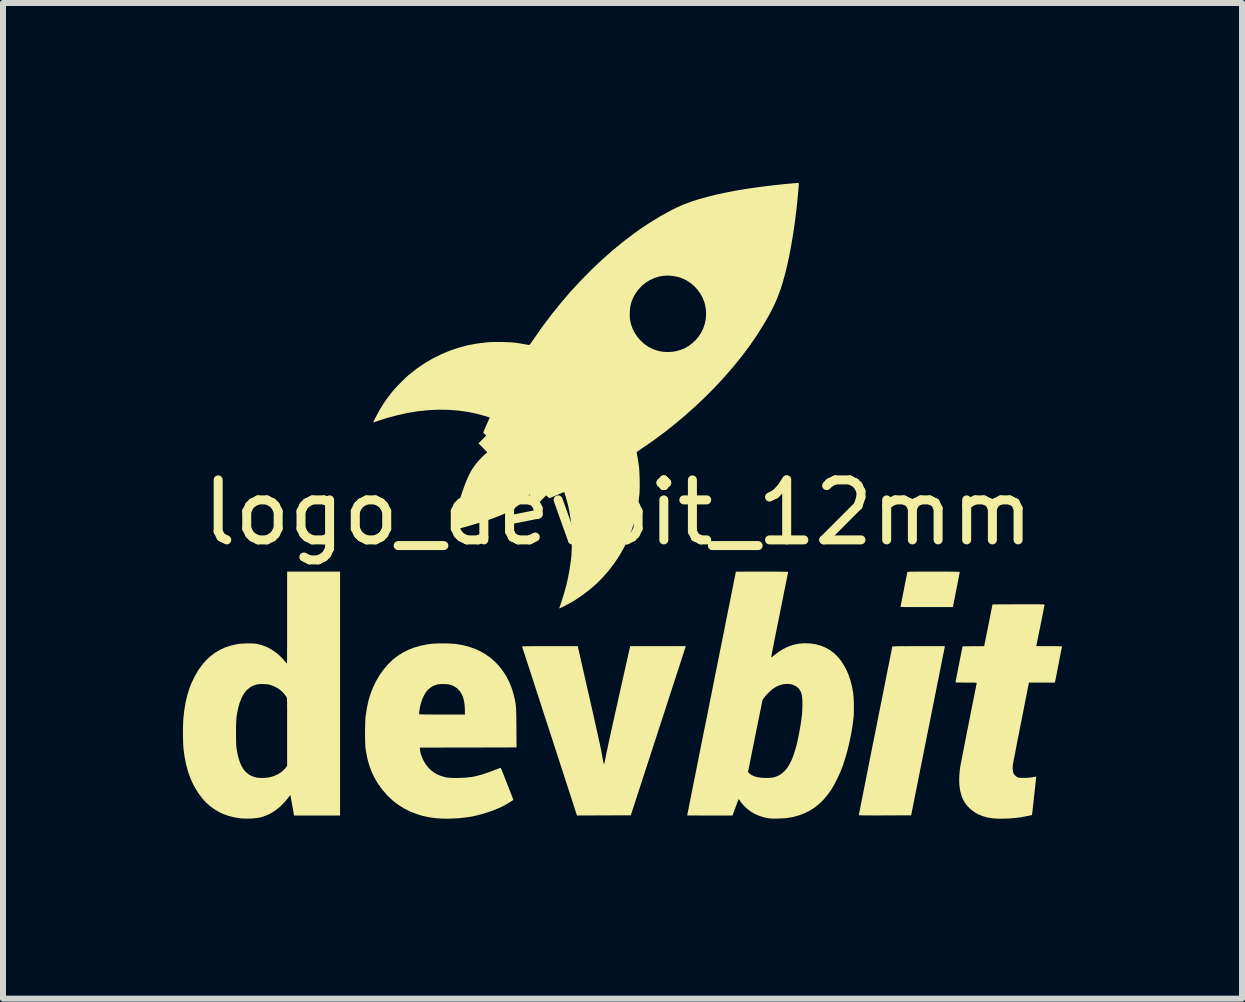
<source format=kicad_pcb>
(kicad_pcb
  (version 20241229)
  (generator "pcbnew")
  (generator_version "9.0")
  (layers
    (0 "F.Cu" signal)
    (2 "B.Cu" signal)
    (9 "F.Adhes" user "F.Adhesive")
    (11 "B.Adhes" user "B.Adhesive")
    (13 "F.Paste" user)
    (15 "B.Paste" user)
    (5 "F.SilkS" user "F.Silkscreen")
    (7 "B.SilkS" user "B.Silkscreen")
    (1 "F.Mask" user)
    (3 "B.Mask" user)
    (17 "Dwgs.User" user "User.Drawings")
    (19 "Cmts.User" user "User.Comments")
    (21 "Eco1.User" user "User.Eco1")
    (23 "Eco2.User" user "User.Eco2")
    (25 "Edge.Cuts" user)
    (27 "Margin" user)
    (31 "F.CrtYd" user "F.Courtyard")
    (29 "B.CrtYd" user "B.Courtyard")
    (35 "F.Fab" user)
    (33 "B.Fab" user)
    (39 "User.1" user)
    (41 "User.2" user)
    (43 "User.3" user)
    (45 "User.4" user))
  (footprint "logo_devbit_12mm"
    (layer "F.Cu")
    (at 7.253 5.994)
    (property "Reference" "logo_devbit_12mm" (at 0 -0.5 0) (unlocked yes) (layer "F.SilkS") (effects (font (size 1 1) (thickness 0.15))))
    (fp_poly (pts (xy 5.34 0.484) (xy 5.412 0.484) (xy 5.474 0.484) (xy 5.526 0.484) (xy 5.571 0.485) (xy 5.607 0.485) (xy 5.636 0.486) (xy 5.659 0.487) (xy 5.675 0.487) (xy 5.686 0.488) (xy 5.692 0.489) (xy 5.694 0.491) (xy 5.693 0.497) (xy 5.69 0.513) (xy 5.685 0.538) (xy 5.679 0.57) (xy 5.672 0.608) (xy 5.663 0.653) (xy 5.654 0.702) (xy 5.643 0.755) (xy 5.637 0.786) (xy 5.58 1.075) (xy 5.142 1.075) (xy 5.063 1.075) (xy 4.994 1.075) (xy 4.935 1.075) (xy 4.884 1.075) (xy 4.841 1.075) (xy 4.806 1.075) (xy 4.777 1.074) (xy 4.755 1.074) (xy 4.737 1.073) (xy 4.725 1.072) (xy 4.716 1.071) (xy 4.71 1.07) (xy 4.708 1.069) (xy 4.707 1.067) (xy 4.707 1.066) (xy 4.708 1.059) (xy 4.712 1.042) (xy 4.717 1.017) (xy 4.723 0.985) (xy 4.731 0.946) (xy 4.74 0.902) (xy 4.749 0.853) (xy 4.76 0.8) (xy 4.764 0.78) (xy 4.774 0.726) (xy 4.784 0.676) (xy 4.793 0.63) (xy 4.802 0.589) (xy 4.809 0.553) (xy 4.814 0.525) (xy 4.818 0.506) (xy 4.821 0.495) (xy 4.821 0.493) (xy 4.822 0.492) (xy 4.824 0.49) (xy 4.829 0.489) (xy 4.836 0.488) (xy 4.846 0.487) (xy 4.861 0.486) (xy 4.88 0.485) (xy 4.905 0.485) (xy 4.936 0.485) (xy 4.973 0.484) (xy 5.019 0.484) (xy 5.072 0.484) (xy 5.135 0.484) (xy 5.207 0.484) (xy 5.259 0.484)) (stroke (width 0) (type solid)) (fill yes) (layer "F.SilkS"))
    (fp_poly (pts (xy 5.444 1.741) (xy 5.442 1.747) (xy 5.439 1.764) (xy 5.434 1.79) (xy 5.427 1.826) (xy 5.418 1.87) (xy 5.407 1.922) (xy 5.395 1.983) (xy 5.382 2.051) (xy 5.367 2.126) (xy 5.351 2.208) (xy 5.333 2.295) (xy 5.314 2.389) (xy 5.295 2.487) (xy 5.274 2.591) (xy 5.253 2.699) (xy 5.23 2.811) (xy 5.207 2.926) (xy 5.184 3.045) (xy 5.162 3.151) (xy 4.884 4.546) (xy 4.448 4.547) (xy 4.372 4.548) (xy 4.301 4.548) (xy 4.237 4.548) (xy 4.18 4.547) (xy 4.13 4.547) (xy 4.088 4.547) (xy 4.055 4.546) (xy 4.03 4.545) (xy 4.016 4.545) (xy 4.011 4.544) (xy 4.012 4.538) (xy 4.015 4.523) (xy 4.02 4.497) (xy 4.027 4.463) (xy 4.036 4.419) (xy 4.046 4.367) (xy 4.058 4.307) (xy 4.071 4.24) (xy 4.086 4.166) (xy 4.102 4.085) (xy 4.119 3.998) (xy 4.138 3.905) (xy 4.157 3.807) (xy 4.178 3.703) (xy 4.199 3.596) (xy 4.221 3.484) (xy 4.244 3.369) (xy 4.268 3.251) (xy 4.291 3.137) (xy 4.315 3.016) (xy 4.338 2.898) (xy 4.361 2.783) (xy 4.383 2.672) (xy 4.405 2.564) (xy 4.425 2.462) (xy 4.445 2.364) (xy 4.463 2.271) (xy 4.48 2.184) (xy 4.496 2.104) (xy 4.511 2.03) (xy 4.524 1.963) (xy 4.536 1.904) (xy 4.546 1.852) (xy 4.555 1.81) (xy 4.562 1.775) (xy 4.566 1.751) (xy 4.569 1.736) (xy 4.57 1.731) (xy 4.576 1.73) (xy 4.591 1.729) (xy 4.615 1.729) (xy 4.648 1.728) (xy 4.689 1.727) (xy 4.736 1.727) (xy 4.79 1.727) (xy 4.848 1.726) (xy 4.912 1.726) (xy 4.979 1.726) (xy 5.008 1.726) (xy 5.446 1.726)) (stroke (width 0) (type solid)) (fill yes) (layer "F.SilkS"))
    (fp_poly (pts (xy -0.667 1.751) (xy -0.666 1.76) (xy -0.662 1.778) (xy -0.655 1.805) (xy -0.647 1.841) (xy -0.637 1.885) (xy -0.625 1.937) (xy -0.612 1.995) (xy -0.597 2.06) (xy -0.581 2.13) (xy -0.564 2.206) (xy -0.546 2.286) (xy -0.527 2.37) (xy -0.507 2.458) (xy -0.486 2.548) (xy -0.481 2.57) (xy -0.452 2.698) (xy -0.425 2.817) (xy -0.401 2.925) (xy -0.379 3.024) (xy -0.359 3.113) (xy -0.341 3.194) (xy -0.325 3.266) (xy -0.311 3.33) (xy -0.299 3.385) (xy -0.289 3.434) (xy -0.281 3.474) (xy -0.275 3.508) (xy -0.272 3.523) (xy -0.265 3.563) (xy -0.258 3.6) (xy -0.252 3.632) (xy -0.247 3.658) (xy -0.243 3.676) (xy -0.241 3.686) (xy -0.24 3.687) (xy -0.237 3.688) (xy -0.234 3.686) (xy -0.231 3.68) (xy -0.227 3.667) (xy -0.222 3.649) (xy -0.217 3.622) (xy -0.21 3.587) (xy -0.201 3.543) (xy -0.2 3.535) (xy -0.196 3.513) (xy -0.189 3.482) (xy -0.18 3.441) (xy -0.17 3.392) (xy -0.158 3.335) (xy -0.144 3.271) (xy -0.128 3.201) (xy -0.112 3.125) (xy -0.094 3.045) (xy -0.075 2.96) (xy -0.056 2.871) (xy -0.035 2.78) (xy -0.014 2.686) (xy 0.007 2.591) (xy 0.014 2.558) (xy 0.201 1.726) (xy 1.128 1.726) (xy 1.096 1.824) (xy 1.092 1.838) (xy 1.084 1.861) (xy 1.073 1.894) (xy 1.06 1.936) (xy 1.044 1.986) (xy 1.025 2.044) (xy 1.004 2.109) (xy 0.98 2.181) (xy 0.955 2.26) (xy 0.927 2.345) (xy 0.898 2.435) (xy 0.867 2.53) (xy 0.834 2.63) (xy 0.801 2.734) (xy 0.766 2.841) (xy 0.73 2.952) (xy 0.693 3.065) (xy 0.655 3.181) (xy 0.638 3.234) (xy 0.211 4.546) (xy -0.237 4.547) (xy -0.686 4.549) (xy -1.142 3.144) (xy -1.181 3.025) (xy -1.219 2.908) (xy -1.256 2.795) (xy -1.291 2.685) (xy -1.326 2.578) (xy -1.359 2.477) (xy -1.391 2.379) (xy -1.42 2.287) (xy -1.449 2.201) (xy -1.475 2.12) (xy -1.499 2.046) (xy -1.521 1.979) (xy -1.54 1.919) (xy -1.557 1.866) (xy -1.572 1.822) (xy -1.584 1.786) (xy -1.592 1.759) (xy -1.598 1.741) (xy -1.601 1.733) (xy -1.601 1.733) (xy -1.599 1.731) (xy -1.594 1.73) (xy -1.583 1.729) (xy -1.567 1.729) (xy -1.544 1.728) (xy -1.515 1.727) (xy -1.479 1.727) (xy -1.436 1.727) (xy -1.384 1.726) (xy -1.323 1.726) (xy -1.253 1.726) (xy -1.172 1.726) (xy -1.138 1.726) (xy -0.673 1.726)) (stroke (width 0) (type solid)) (fill yes) (layer "F.SilkS"))
    (fp_poly (pts (xy -4.635 4.549) (xy -5.402 4.549) (xy -5.422 4.435) (xy -5.429 4.396) (xy -5.436 4.357) (xy -5.443 4.321) (xy -5.448 4.289) (xy -5.453 4.264) (xy -5.453 4.263) (xy -5.464 4.205) (xy -5.495 4.248) (xy -5.559 4.326) (xy -5.626 4.394) (xy -5.697 4.453) (xy -5.771 4.502) (xy -5.825 4.53) (xy -5.878 4.553) (xy -5.928 4.571) (xy -5.978 4.584) (xy -6.032 4.592) (xy -6.091 4.598) (xy -6.146 4.6) (xy -6.181 4.6) (xy -6.217 4.6) (xy -6.249 4.599) (xy -6.276 4.598) (xy -6.291 4.597) (xy -6.392 4.581) (xy -6.488 4.557) (xy -6.579 4.525) (xy -6.638 4.498) (xy -6.72 4.451) (xy -6.797 4.396) (xy -6.869 4.332) (xy -6.935 4.259) (xy -6.996 4.178) (xy -7.052 4.087) (xy -7.087 4.022) (xy -7.132 3.921) (xy -7.17 3.813) (xy -7.201 3.699) (xy -7.225 3.578) (xy -7.243 3.449) (xy -7.248 3.391) (xy -7.25 3.358) (xy -7.251 3.317) (xy -7.252 3.27) (xy -7.253 3.218) (xy -7.253 3.201) (xy -6.369 3.201) (xy -6.369 3.253) (xy -6.368 3.302) (xy -6.367 3.346) (xy -6.365 3.383) (xy -6.362 3.411) (xy -6.362 3.417) (xy -6.347 3.508) (xy -6.328 3.588) (xy -6.305 3.66) (xy -6.278 3.722) (xy -6.246 3.776) (xy -6.209 3.82) (xy -6.167 3.857) (xy -6.12 3.885) (xy -6.068 3.906) (xy -6.023 3.917) (xy -5.992 3.921) (xy -5.954 3.923) (xy -5.912 3.923) (xy -5.87 3.92) (xy -5.832 3.916) (xy -5.81 3.912) (xy -5.742 3.893) (xy -5.68 3.866) (xy -5.624 3.832) (xy -5.576 3.792) (xy -5.541 3.752) (xy -5.517 3.72) (xy -5.517 3.155) (xy -5.517 3.065) (xy -5.517 2.984) (xy -5.517 2.914) (xy -5.517 2.852) (xy -5.517 2.798) (xy -5.517 2.752) (xy -5.518 2.713) (xy -5.518 2.68) (xy -5.518 2.653) (xy -5.519 2.632) (xy -5.52 2.615) (xy -5.521 2.602) (xy -5.521 2.592) (xy -5.523 2.585) (xy -5.524 2.581) (xy -5.525 2.577) (xy -5.526 2.577) (xy -5.545 2.549) (xy -5.57 2.518) (xy -5.597 2.488) (xy -5.624 2.464) (xy -5.629 2.459) (xy -5.665 2.433) (xy -5.708 2.409) (xy -5.754 2.388) (xy -5.799 2.372) (xy -5.804 2.37) (xy -5.837 2.364) (xy -5.875 2.36) (xy -5.917 2.358) (xy -5.958 2.358) (xy -5.996 2.361) (xy -6.028 2.366) (xy -6.033 2.367) (xy -6.086 2.386) (xy -6.135 2.413) (xy -6.178 2.447) (xy -6.217 2.49) (xy -6.252 2.542) (xy -6.282 2.602) (xy -6.309 2.671) (xy -6.331 2.75) (xy -6.35 2.839) (xy -6.359 2.895) (xy -6.362 2.921) (xy -6.364 2.955) (xy -6.366 2.997) (xy -6.368 3.044) (xy -6.369 3.095) (xy -6.369 3.148) (xy -6.369 3.201) (xy -7.253 3.201) (xy -7.253 3.165) (xy -7.253 3.111) (xy -7.252 3.06) (xy -7.251 3.013) (xy -7.249 2.973) (xy -7.248 2.946) (xy -7.233 2.807) (xy -7.212 2.675) (xy -7.183 2.55) (xy -7.147 2.432) (xy -7.138 2.405) (xy -7.121 2.364) (xy -7.1 2.318) (xy -7.077 2.269) (xy -7.052 2.22) (xy -7.026 2.174) (xy -7.003 2.134) (xy -6.993 2.119) (xy -6.93 2.033) (xy -6.864 1.957) (xy -6.792 1.891) (xy -6.716 1.834) (xy -6.635 1.786) (xy -6.548 1.747) (xy -6.454 1.716) (xy -6.355 1.694) (xy -6.352 1.693) (xy -6.316 1.688) (xy -6.273 1.684) (xy -6.227 1.682) (xy -6.178 1.68) (xy -6.131 1.68) (xy -6.087 1.681) (xy -6.049 1.684) (xy -6.022 1.688) (xy -5.943 1.707) (xy -5.864 1.737) (xy -5.788 1.776) (xy -5.716 1.823) (xy -5.648 1.879) (xy -5.586 1.941) (xy -5.56 1.972) (xy -5.545 1.99) (xy -5.532 2.005) (xy -5.524 2.014) (xy -5.521 2.016) (xy -5.52 2.011) (xy -5.52 1.995) (xy -5.519 1.97) (xy -5.519 1.937) (xy -5.518 1.894) (xy -5.518 1.844) (xy -5.518 1.787) (xy -5.517 1.724) (xy -5.517 1.654) (xy -5.517 1.579) (xy -5.517 1.5) (xy -5.517 1.416) (xy -5.517 1.328) (xy -5.517 1.25) (xy -5.517 0.484) (xy -4.635 0.484)) (stroke (width 0) (type solid)) (fill yes) (layer "F.SilkS"))
    (fp_poly (pts (xy -2.881 1.68) (xy -2.823 1.682) (xy -2.769 1.685) (xy -2.721 1.688) (xy -2.683 1.693) (xy -2.575 1.713) (xy -2.474 1.74) (xy -2.38 1.773) (xy -2.293 1.814) (xy -2.221 1.855) (xy -2.137 1.913) (xy -2.059 1.98) (xy -1.987 2.055) (xy -1.923 2.137) (xy -1.865 2.226) (xy -1.816 2.322) (xy -1.775 2.422) (xy -1.742 2.528) (xy -1.737 2.551) (xy -1.729 2.584) (xy -1.722 2.613) (xy -1.717 2.64) (xy -1.712 2.667) (xy -1.708 2.694) (xy -1.705 2.722) (xy -1.702 2.753) (xy -1.7 2.787) (xy -1.699 2.826) (xy -1.698 2.871) (xy -1.697 2.922) (xy -1.696 2.982) (xy -1.695 3.05) (xy -1.695 3.09) (xy -1.693 3.414) (xy -2.498 3.416) (xy -3.304 3.417) (xy -3.303 3.447) (xy -3.298 3.485) (xy -3.287 3.529) (xy -3.27 3.575) (xy -3.249 3.623) (xy -3.224 3.668) (xy -3.197 3.71) (xy -3.184 3.726) (xy -3.135 3.78) (xy -3.08 3.825) (xy -3.019 3.862) (xy -2.952 3.89) (xy -2.877 3.911) (xy -2.877 3.911) (xy -2.842 3.917) (xy -2.798 3.921) (xy -2.747 3.923) (xy -2.692 3.924) (xy -2.634 3.922) (xy -2.575 3.92) (xy -2.516 3.915) (xy -2.461 3.909) (xy -2.438 3.906) (xy -2.377 3.895) (xy -2.309 3.877) (xy -2.233 3.854) (xy -2.149 3.825) (xy -2.056 3.79) (xy -2.042 3.785) (xy -2.014 3.774) (xy -1.991 3.765) (xy -1.972 3.758) (xy -1.961 3.754) (xy -1.958 3.753) (xy -1.955 3.758) (xy -1.949 3.772) (xy -1.94 3.794) (xy -1.928 3.823) (xy -1.913 3.859) (xy -1.897 3.9) (xy -1.879 3.946) (xy -1.859 3.996) (xy -1.85 4.02) (xy -1.746 4.287) (xy -1.759 4.297) (xy -1.773 4.307) (xy -1.793 4.32) (xy -1.819 4.336) (xy -1.848 4.353) (xy -1.877 4.369) (xy -1.904 4.385) (xy -1.927 4.397) (xy -1.929 4.398) (xy -2.004 4.432) (xy -2.087 4.466) (xy -2.175 4.496) (xy -2.265 4.524) (xy -2.354 4.547) (xy -2.44 4.566) (xy -2.446 4.567) (xy -2.542 4.582) (xy -2.643 4.593) (xy -2.746 4.599) (xy -2.848 4.602) (xy -2.945 4.6) (xy -3.011 4.596) (xy -3.133 4.581) (xy -3.251 4.557) (xy -3.363 4.524) (xy -3.47 4.481) (xy -3.572 4.429) (xy -3.667 4.369) (xy -3.757 4.3) (xy -3.84 4.222) (xy -3.917 4.135) (xy -3.949 4.095) (xy -4.011 4.006) (xy -4.064 3.914) (xy -4.109 3.82) (xy -4.146 3.72) (xy -4.176 3.615) (xy -4.199 3.503) (xy -4.208 3.447) (xy -4.212 3.417) (xy -4.214 3.378) (xy -4.216 3.332) (xy -4.218 3.281) (xy -4.218 3.225) (xy -4.219 3.168) (xy -4.218 3.111) (xy -4.217 3.055) (xy -4.216 3.003) (xy -4.214 2.956) (xy -4.211 2.915) (xy -4.208 2.887) (xy -4.201 2.842) (xy -3.317 2.842) (xy -3.316 2.856) (xy -3.315 2.86) (xy -3.311 2.861) (xy -3.298 2.862) (xy -3.278 2.863) (xy -3.249 2.864) (xy -3.211 2.865) (xy -3.164 2.865) (xy -3.108 2.865) (xy -3.041 2.866) (xy -2.965 2.866) (xy -2.933 2.866) (xy -2.554 2.866) (xy -2.554 2.795) (xy -2.558 2.714) (xy -2.568 2.641) (xy -2.585 2.577) (xy -2.61 2.521) (xy -2.641 2.473) (xy -2.68 2.432) (xy -2.725 2.4) (xy -2.778 2.376) (xy -2.807 2.368) (xy -2.835 2.362) (xy -2.869 2.359) (xy -2.908 2.358) (xy -2.947 2.358) (xy -2.983 2.361) (xy -3.013 2.365) (xy -3.021 2.367) (xy -3.075 2.386) (xy -3.122 2.413) (xy -3.164 2.447) (xy -3.201 2.49) (xy -3.233 2.542) (xy -3.262 2.604) (xy -3.273 2.635) (xy -3.282 2.663) (xy -3.291 2.694) (xy -3.299 2.727) (xy -3.306 2.761) (xy -3.311 2.792) (xy -3.315 2.82) (xy -3.317 2.842) (xy -4.201 2.842) (xy -4.188 2.758) (xy -4.162 2.637) (xy -4.128 2.523) (xy -4.086 2.415) (xy -4.037 2.313) (xy -3.98 2.216) (xy -3.969 2.199) (xy -3.903 2.108) (xy -3.833 2.027) (xy -3.759 1.954) (xy -3.679 1.891) (xy -3.593 1.836) (xy -3.501 1.789) (xy -3.403 1.751) (xy -3.298 1.72) (xy -3.185 1.697) (xy -3.14 1.69) (xy -3.1 1.686) (xy -3.052 1.683) (xy -2.997 1.681) (xy -2.939 1.68)) (stroke (width 0) (type solid)) (fill yes) (layer "F.SilkS"))
    (fp_poly (pts (xy 6.935 1.028) (xy 6.978 1.028) (xy 7.014 1.028) (xy 7.043 1.029) (xy 7.065 1.029) (xy 7.082 1.03) (xy 7.095 1.031) (xy 7.103 1.032) (xy 7.107 1.033) (xy 7.108 1.034) (xy 7.108 1.034) (xy 7.107 1.041) (xy 7.104 1.057) (xy 7.099 1.082) (xy 7.093 1.114) (xy 7.085 1.154) (xy 7.076 1.2) (xy 7.066 1.25) (xy 7.055 1.305) (xy 7.043 1.364) (xy 7.039 1.384) (xy 6.97 1.726) (xy 7.184 1.726) (xy 7.235 1.726) (xy 7.28 1.726) (xy 7.32 1.727) (xy 7.352 1.728) (xy 7.377 1.729) (xy 7.392 1.73) (xy 7.398 1.731) (xy 7.398 1.731) (xy 7.397 1.737) (xy 7.395 1.752) (xy 7.39 1.775) (xy 7.384 1.806) (xy 7.377 1.842) (xy 7.369 1.884) (xy 7.36 1.928) (xy 7.351 1.975) (xy 7.342 2.024) (xy 7.332 2.072) (xy 7.323 2.119) (xy 7.314 2.165) (xy 7.306 2.206) (xy 7.299 2.243) (xy 7.292 2.274) (xy 7.287 2.299) (xy 7.284 2.315) (xy 7.283 2.321) (xy 7.28 2.334) (xy 7.064 2.334) (xy 6.847 2.334) (xy 6.717 2.996) (xy 6.7 3.08) (xy 6.684 3.161) (xy 6.669 3.239) (xy 6.654 3.313) (xy 6.641 3.382) (xy 6.628 3.447) (xy 6.617 3.506) (xy 6.607 3.558) (xy 6.598 3.603) (xy 6.591 3.64) (xy 6.585 3.668) (xy 6.582 3.687) (xy 6.58 3.697) (xy 6.577 3.731) (xy 6.577 3.767) (xy 6.58 3.801) (xy 6.585 3.83) (xy 6.59 3.845) (xy 6.606 3.87) (xy 6.628 3.892) (xy 6.653 3.909) (xy 6.665 3.915) (xy 6.683 3.919) (xy 6.708 3.921) (xy 6.74 3.922) (xy 6.776 3.922) (xy 6.813 3.921) (xy 6.85 3.918) (xy 6.884 3.915) (xy 6.912 3.91) (xy 6.934 3.906) (xy 6.953 3.903) (xy 6.965 3.901) (xy 6.968 3.901) (xy 6.967 3.907) (xy 6.966 3.922) (xy 6.964 3.945) (xy 6.961 3.976) (xy 6.957 4.013) (xy 6.953 4.055) (xy 6.948 4.101) (xy 6.942 4.149) (xy 6.937 4.199) (xy 6.931 4.25) (xy 6.926 4.3) (xy 6.921 4.348) (xy 6.915 4.394) (xy 6.911 4.435) (xy 6.907 4.471) (xy 6.903 4.501) (xy 6.9 4.523) (xy 6.898 4.537) (xy 6.898 4.541) (xy 6.891 4.543) (xy 6.876 4.546) (xy 6.855 4.551) (xy 6.828 4.556) (xy 6.798 4.562) (xy 6.766 4.568) (xy 6.735 4.574) (xy 6.707 4.579) (xy 6.683 4.583) (xy 6.678 4.583) (xy 6.625 4.59) (xy 6.566 4.595) (xy 6.504 4.599) (xy 6.441 4.601) (xy 6.379 4.602) (xy 6.322 4.601) (xy 6.272 4.598) (xy 6.251 4.597) (xy 6.163 4.583) (xy 6.082 4.561) (xy 6.008 4.532) (xy 5.941 4.494) (xy 5.88 4.448) (xy 5.852 4.422) (xy 5.81 4.377) (xy 5.776 4.33) (xy 5.748 4.28) (xy 5.725 4.223) (xy 5.721 4.211) (xy 5.703 4.144) (xy 5.691 4.069) (xy 5.685 3.988) (xy 5.686 3.901) (xy 5.693 3.81) (xy 5.702 3.737) (xy 5.704 3.727) (xy 5.708 3.707) (xy 5.713 3.678) (xy 5.721 3.641) (xy 5.729 3.597) (xy 5.739 3.547) (xy 5.75 3.49) (xy 5.762 3.429) (xy 5.775 3.364) (xy 5.788 3.295) (xy 5.802 3.224) (xy 5.816 3.15) (xy 5.831 3.076) (xy 5.846 3.001) (xy 5.861 2.927) (xy 5.875 2.853) (xy 5.889 2.782) (xy 5.903 2.713) (xy 5.916 2.648) (xy 5.928 2.587) (xy 5.939 2.531) (xy 5.949 2.481) (xy 5.958 2.438) (xy 5.965 2.401) (xy 5.971 2.373) (xy 5.975 2.354) (xy 5.977 2.344) (xy 5.977 2.343) (xy 5.977 2.34) (xy 5.975 2.338) (xy 5.971 2.337) (xy 5.962 2.336) (xy 5.948 2.335) (xy 5.927 2.334) (xy 5.9 2.334) (xy 5.864 2.334) (xy 5.819 2.334) (xy 5.802 2.334) (xy 5.753 2.333) (xy 5.715 2.333) (xy 5.684 2.333) (xy 5.662 2.333) (xy 5.646 2.332) (xy 5.635 2.331) (xy 5.628 2.329) (xy 5.625 2.327) (xy 5.624 2.325) (xy 5.624 2.324) (xy 5.625 2.317) (xy 5.628 2.301) (xy 5.633 2.276) (xy 5.639 2.243) (xy 5.647 2.204) (xy 5.656 2.159) (xy 5.665 2.11) (xy 5.676 2.057) (xy 5.683 2.022) (xy 5.741 1.729) (xy 5.921 1.727) (xy 6.101 1.726) (xy 6.171 1.378) (xy 6.24 1.03) (xy 6.674 1.028) (xy 6.754 1.028) (xy 6.824 1.028) (xy 6.884 1.028)) (stroke (width 0) (type solid)) (fill yes) (layer "F.SilkS"))
    (fp_poly (pts (xy 2.471 0.484) (xy 2.54 0.484) (xy 2.603 0.484) (xy 2.659 0.485) (xy 2.709 0.485) (xy 2.752 0.486) (xy 2.786 0.486) (xy 2.811 0.487) (xy 2.828 0.488) (xy 2.834 0.489) (xy 2.834 0.489) (xy 2.833 0.494) (xy 2.829 0.51) (xy 2.825 0.535) (xy 2.818 0.569) (xy 2.81 0.611) (xy 2.8 0.66) (xy 2.789 0.716) (xy 2.776 0.778) (xy 2.762 0.846) (xy 2.748 0.919) (xy 2.732 0.997) (xy 2.716 1.078) (xy 2.699 1.162) (xy 2.691 1.202) (xy 2.674 1.288) (xy 2.657 1.371) (xy 2.641 1.45) (xy 2.626 1.525) (xy 2.612 1.595) (xy 2.599 1.66) (xy 2.588 1.719) (xy 2.577 1.772) (xy 2.568 1.817) (xy 2.561 1.854) (xy 2.556 1.883) (xy 2.552 1.903) (xy 2.55 1.914) (xy 2.55 1.915) (xy 2.554 1.913) (xy 2.565 1.906) (xy 2.581 1.894) (xy 2.6 1.879) (xy 2.678 1.819) (xy 2.759 1.77) (xy 2.841 1.731) (xy 2.924 1.703) (xy 3.01 1.685) (xy 3.097 1.678) (xy 3.116 1.678) (xy 3.21 1.682) (xy 3.299 1.696) (xy 3.383 1.72) (xy 3.461 1.752) (xy 3.534 1.794) (xy 3.601 1.845) (xy 3.663 1.905) (xy 3.719 1.975) (xy 3.769 2.054) (xy 3.806 2.124) (xy 3.844 2.212) (xy 3.875 2.306) (xy 3.9 2.407) (xy 3.917 2.5) (xy 3.921 2.531) (xy 3.924 2.571) (xy 3.927 2.617) (xy 3.928 2.667) (xy 3.929 2.719) (xy 3.93 2.77) (xy 3.929 2.819) (xy 3.928 2.862) (xy 3.926 2.894) (xy 3.914 3.002) (xy 3.897 3.117) (xy 3.875 3.235) (xy 3.849 3.355) (xy 3.82 3.474) (xy 3.787 3.589) (xy 3.752 3.699) (xy 3.728 3.764) (xy 3.711 3.806) (xy 3.69 3.854) (xy 3.667 3.905) (xy 3.642 3.956) (xy 3.617 4.006) (xy 3.592 4.051) (xy 3.569 4.091) (xy 3.554 4.116) (xy 3.49 4.206) (xy 3.422 4.287) (xy 3.349 4.357) (xy 3.272 4.419) (xy 3.189 4.471) (xy 3.101 4.514) (xy 3.007 4.549) (xy 2.907 4.575) (xy 2.828 4.589) (xy 2.8 4.593) (xy 2.765 4.595) (xy 2.726 4.597) (xy 2.684 4.599) (xy 2.641 4.6) (xy 2.601 4.6) (xy 2.565 4.6) (xy 2.535 4.598) (xy 2.519 4.597) (xy 2.432 4.58) (xy 2.349 4.554) (xy 2.272 4.519) (xy 2.201 4.476) (xy 2.136 4.425) (xy 2.079 4.367) (xy 2.039 4.316) (xy 2.027 4.298) (xy 2.016 4.284) (xy 2.01 4.276) (xy 2.009 4.275) (xy 2.006 4.279) (xy 2.001 4.293) (xy 1.993 4.314) (xy 1.983 4.342) (xy 1.971 4.374) (xy 1.958 4.41) (xy 1.957 4.412) (xy 1.907 4.549) (xy 1.529 4.549) (xy 1.466 4.549) (xy 1.407 4.549) (xy 1.351 4.549) (xy 1.301 4.548) (xy 1.256 4.548) (xy 1.219 4.548) (xy 1.188 4.548) (xy 1.166 4.548) (xy 1.154 4.548) (xy 1.151 4.547) (xy 1.152 4.542) (xy 1.155 4.527) (xy 1.16 4.501) (xy 1.167 4.466) (xy 1.176 4.423) (xy 1.186 4.37) (xy 1.198 4.309) (xy 1.212 4.24) (xy 1.227 4.163) (xy 1.244 4.079) (xy 1.262 3.988) (xy 1.282 3.891) (xy 1.295 3.823) (xy 2.165 3.823) (xy 2.186 3.845) (xy 2.219 3.872) (xy 2.262 3.893) (xy 2.313 3.908) (xy 2.374 3.918) (xy 2.443 3.923) (xy 2.489 3.923) (xy 2.527 3.921) (xy 2.557 3.919) (xy 2.581 3.915) (xy 2.603 3.91) (xy 2.608 3.909) (xy 2.656 3.891) (xy 2.701 3.868) (xy 2.743 3.837) (xy 2.783 3.799) (xy 2.819 3.754) (xy 2.853 3.7) (xy 2.885 3.639) (xy 2.914 3.569) (xy 2.941 3.49) (xy 2.967 3.402) (xy 2.991 3.305) (xy 3.013 3.197) (xy 3.034 3.08) (xy 3.038 3.058) (xy 3.048 2.993) (xy 3.056 2.937) (xy 3.062 2.886) (xy 3.067 2.84) (xy 3.069 2.795) (xy 3.071 2.75) (xy 3.072 2.702) (xy 3.072 2.699) (xy 3.071 2.639) (xy 3.068 2.589) (xy 3.062 2.546) (xy 3.053 2.51) (xy 3.042 2.48) (xy 3.026 2.453) (xy 3.007 2.429) (xy 2.994 2.417) (xy 2.956 2.389) (xy 2.913 2.37) (xy 2.865 2.358) (xy 2.814 2.355) (xy 2.76 2.36) (xy 2.706 2.373) (xy 2.652 2.394) (xy 2.602 2.422) (xy 2.573 2.443) (xy 2.54 2.471) (xy 2.507 2.502) (xy 2.475 2.535) (xy 2.446 2.568) (xy 2.438 2.579) (xy 2.408 2.618) (xy 2.286 3.22) (xy 2.165 3.823) (xy 1.295 3.823) (xy 1.303 3.787) (xy 1.324 3.677) (xy 1.347 3.562) (xy 1.371 3.442) (xy 1.396 3.317) (xy 1.422 3.187) (xy 1.449 3.054) (xy 1.477 2.917) (xy 1.505 2.776) (xy 1.533 2.632) (xy 1.557 2.516) (xy 1.586 2.371) (xy 1.614 2.228) (xy 1.642 2.088) (xy 1.67 1.951) (xy 1.696 1.818) (xy 1.722 1.69) (xy 1.747 1.566) (xy 1.771 1.447) (xy 1.793 1.332) (xy 1.815 1.224) (xy 1.835 1.122) (xy 1.855 1.025) (xy 1.873 0.936) (xy 1.889 0.853) (xy 1.904 0.778) (xy 1.918 0.711) (xy 1.929 0.651) (xy 1.94 0.6) (xy 1.948 0.558) (xy 1.955 0.525) (xy 1.959 0.502) (xy 1.962 0.489) (xy 1.963 0.485) (xy 1.968 0.485) (xy 1.983 0.485) (xy 2.007 0.485) (xy 2.04 0.485) (xy 2.08 0.484) (xy 2.127 0.484) (xy 2.18 0.484) (xy 2.238 0.484) (xy 2.301 0.484) (xy 2.367 0.484) (xy 2.398 0.484)) (stroke (width 0) (type solid)) (fill yes) (layer "F.SilkS"))
    (fp_poly (pts (xy 3.005 -5.994) (xy 3.008 -5.993) (xy 3.01 -5.99) (xy 3.011 -5.984) (xy 3.011 -5.973) (xy 3.011 -5.956) (xy 3.009 -5.932) (xy 3.006 -5.899) (xy 3.005 -5.88) (xy 2.989 -5.71) (xy 2.971 -5.541) (xy 2.95 -5.373) (xy 2.927 -5.208) (xy 2.901 -5.047) (xy 2.874 -4.892) (xy 2.845 -4.744) (xy 2.814 -4.606) (xy 2.804 -4.56) (xy 2.774 -4.445) (xy 2.744 -4.339) (xy 2.713 -4.239) (xy 2.679 -4.144) (xy 2.643 -4.052) (xy 2.602 -3.961) (xy 2.557 -3.869) (xy 2.506 -3.775) (xy 2.449 -3.675) (xy 2.412 -3.613) (xy 2.303 -3.441) (xy 2.184 -3.269) (xy 2.055 -3.098) (xy 1.917 -2.928) (xy 1.771 -2.76) (xy 1.618 -2.594) (xy 1.457 -2.432) (xy 1.289 -2.273) (xy 1.116 -2.118) (xy 0.937 -1.968) (xy 0.754 -1.824) (xy 0.566 -1.686) (xy 0.385 -1.562) (xy 0.357 -1.543) (xy 0.336 -1.528) (xy 0.322 -1.518) (xy 0.314 -1.51) (xy 0.31 -1.504) (xy 0.309 -1.499) (xy 0.309 -1.495) (xy 0.314 -1.475) (xy 0.319 -1.446) (xy 0.325 -1.412) (xy 0.332 -1.374) (xy 0.338 -1.334) (xy 0.343 -1.296) (xy 0.345 -1.288) (xy 0.349 -1.249) (xy 0.353 -1.203) (xy 0.355 -1.15) (xy 0.358 -1.093) (xy 0.359 -1.034) (xy 0.36 -0.975) (xy 0.36 -0.919) (xy 0.358 -0.868) (xy 0.356 -0.824) (xy 0.355 -0.811) (xy 0.337 -0.653) (xy 0.309 -0.499) (xy 0.271 -0.348) (xy 0.223 -0.201) (xy 0.166 -0.059) (xy 0.1 0.079) (xy 0.025 0.212) (xy -0.059 0.339) (xy -0.151 0.46) (xy -0.251 0.575) (xy -0.359 0.684) (xy -0.475 0.785) (xy -0.599 0.879) (xy -0.729 0.966) (xy -0.762 0.986) (xy -0.788 1.001) (xy -0.817 1.017) (xy -0.848 1.033) (xy -0.878 1.049) (xy -0.907 1.064) (xy -0.933 1.076) (xy -0.955 1.087) (xy -0.971 1.094) (xy -0.981 1.097) (xy -0.982 1.096) (xy -0.98 1.089) (xy -0.974 1.073) (xy -0.967 1.051) (xy -0.957 1.022) (xy -0.946 0.989) (xy -0.938 0.965) (xy -0.898 0.836) (xy -0.863 0.709) (xy -0.834 0.581) (xy -0.81 0.451) (xy -0.79 0.314) (xy -0.781 0.242) (xy -0.778 0.203) (xy -0.775 0.155) (xy -0.773 0.101) (xy -0.772 0.042) (xy -0.771 -0.019) (xy -0.772 -0.081) (xy -0.773 -0.141) (xy -0.774 -0.197) (xy -0.777 -0.248) (xy -0.78 -0.291) (xy -0.781 -0.306) (xy -0.791 -0.38) (xy -0.803 -0.458) (xy -0.816 -0.534) (xy -0.831 -0.605) (xy -0.836 -0.628) (xy -0.843 -0.656) (xy -0.852 -0.687) (xy -0.861 -0.72) (xy -0.87 -0.752) (xy -0.879 -0.781) (xy -0.886 -0.806) (xy -0.893 -0.826) (xy -0.897 -0.837) (xy -0.897 -0.838) (xy -0.902 -0.839) (xy -0.913 -0.836) (xy -0.932 -0.83) (xy -0.958 -0.819) (xy -0.993 -0.804) (xy -1.017 -0.794) (xy -1.05 -0.78) (xy -1.08 -0.767) (xy -1.105 -0.756) (xy -1.125 -0.747) (xy -1.137 -0.742) (xy -1.14 -0.741) (xy -1.148 -0.743) (xy -1.162 -0.752) (xy -1.174 -0.763) (xy -1.199 -0.787) (xy -1.265 -0.722) (xy -1.331 -0.656) (xy -1.479 -0.804) (xy -1.499 -0.78) (xy -1.56 -0.712) (xy -1.63 -0.648) (xy -1.706 -0.589) (xy -1.787 -0.537) (xy -1.847 -0.504) (xy -1.906 -0.476) (xy -1.975 -0.447) (xy -2.053 -0.417) (xy -2.139 -0.386) (xy -2.233 -0.355) (xy -2.335 -0.323) (xy -2.442 -0.291) (xy -2.556 -0.259) (xy -2.674 -0.227) (xy -2.687 -0.224) (xy -2.721 -0.215) (xy -2.746 -0.209) (xy -2.763 -0.206) (xy -2.774 -0.205) (xy -2.779 -0.206) (xy -2.78 -0.208) (xy -2.778 -0.218) (xy -2.774 -0.238) (xy -2.768 -0.265) (xy -2.759 -0.299) (xy -2.749 -0.339) (xy -2.737 -0.383) (xy -2.724 -0.43) (xy -2.71 -0.478) (xy -2.696 -0.528) (xy -2.682 -0.577) (xy -2.668 -0.625) (xy -2.655 -0.669) (xy -2.651 -0.683) (xy -2.616 -0.791) (xy -2.582 -0.89) (xy -2.549 -0.98) (xy -2.516 -1.06) (xy -2.485 -1.129) (xy -2.454 -1.189) (xy -2.432 -1.225) (xy -2.4 -1.272) (xy -2.363 -1.321) (xy -2.322 -1.369) (xy -2.279 -1.415) (xy -2.238 -1.456) (xy -2.207 -1.483) (xy -2.18 -1.505) (xy -2.328 -1.654) (xy -2.199 -1.782) (xy -2.224 -1.808) (xy -2.249 -1.833) (xy -2.218 -1.907) (xy -2.204 -1.939) (xy -2.19 -1.972) (xy -2.176 -2.003) (xy -2.164 -2.029) (xy -2.163 -2.032) (xy -2.154 -2.053) (xy -2.146 -2.07) (xy -2.141 -2.081) (xy -2.14 -2.084) (xy -2.145 -2.086) (xy -2.158 -2.091) (xy -2.177 -2.097) (xy -2.201 -2.105) (xy -2.353 -2.147) (xy -2.509 -2.179) (xy -2.668 -2.201) (xy -2.831 -2.213) (xy -2.996 -2.215) (xy -3.163 -2.207) (xy -3.333 -2.19) (xy -3.504 -2.162) (xy -3.677 -2.124) (xy -3.851 -2.077) (xy -3.957 -2.043) (xy -3.99 -2.032) (xy -4.02 -2.022) (xy -4.046 -2.014) (xy -4.065 -2.007) (xy -4.076 -2.003) (xy -4.078 -2.002) (xy -4.08 -2.004) (xy -4.078 -2.011) (xy -4.072 -2.026) (xy -4.062 -2.049) (xy -4.046 -2.079) (xy -4.037 -2.097) (xy -3.977 -2.209) (xy -3.913 -2.313) (xy -3.843 -2.413) (xy -3.766 -2.513) (xy -3.759 -2.522) (xy -3.737 -2.548) (xy -3.707 -2.58) (xy -3.674 -2.616) (xy -3.637 -2.654) (xy -3.6 -2.691) (xy -3.563 -2.727) (xy -3.529 -2.76) (xy -3.498 -2.788) (xy -3.481 -2.802) (xy -3.355 -2.901) (xy -3.224 -2.99) (xy -3.088 -3.07) (xy -2.948 -3.139) (xy -2.805 -3.199) (xy -2.657 -3.249) (xy -2.506 -3.289) (xy -2.351 -3.318) (xy -2.193 -3.337) (xy -2.171 -3.339) (xy -2.132 -3.342) (xy -2.086 -3.343) (xy -2.034 -3.344) (xy -1.979 -3.343) (xy -1.922 -3.343) (xy -1.866 -3.341) (xy -1.814 -3.339) (xy -1.767 -3.336) (xy -1.728 -3.333) (xy -1.715 -3.331) (xy -1.683 -3.327) (xy -1.644 -3.321) (xy -1.603 -3.314) (xy -1.562 -3.307) (xy -1.524 -3.301) (xy -1.493 -3.295) (xy -1.487 -3.293) (xy -1.482 -3.294) (xy -1.476 -3.298) (xy -1.468 -3.307) (xy -1.457 -3.321) (xy -1.443 -3.341) (xy -1.423 -3.369) (xy -1.401 -3.402) (xy -1.257 -3.607) (xy -1.116 -3.793) (xy 0.194 -3.793) (xy 0.195 -3.747) (xy 0.199 -3.714) (xy 0.215 -3.639) (xy 0.241 -3.565) (xy 0.277 -3.495) (xy 0.321 -3.429) (xy 0.374 -3.368) (xy 0.379 -3.363) (xy 0.441 -3.307) (xy 0.509 -3.261) (xy 0.581 -3.225) (xy 0.656 -3.199) (xy 0.734 -3.182) (xy 0.816 -3.176) (xy 0.899 -3.18) (xy 0.96 -3.189) (xy 1.036 -3.21) (xy 1.109 -3.239) (xy 1.176 -3.278) (xy 1.239 -3.325) (xy 1.295 -3.378) (xy 1.345 -3.439) (xy 1.387 -3.505) (xy 1.421 -3.576) (xy 1.446 -3.651) (xy 1.461 -3.73) (xy 1.462 -3.737) (xy 1.467 -3.817) (xy 1.461 -3.897) (xy 1.446 -3.977) (xy 1.436 -4.011) (xy 1.406 -4.085) (xy 1.367 -4.155) (xy 1.32 -4.219) (xy 1.266 -4.277) (xy 1.205 -4.328) (xy 1.138 -4.371) (xy 1.067 -4.405) (xy 1 -4.428) (xy 0.918 -4.444) (xy 0.836 -4.451) (xy 0.756 -4.447) (xy 0.677 -4.433) (xy 0.601 -4.409) (xy 0.529 -4.375) (xy 0.46 -4.333) (xy 0.397 -4.281) (xy 0.392 -4.276) (xy 0.339 -4.219) (xy 0.292 -4.156) (xy 0.254 -4.088) (xy 0.224 -4.017) (xy 0.212 -3.976) (xy 0.204 -3.938) (xy 0.198 -3.892) (xy 0.195 -3.843) (xy 0.194 -3.793) (xy -1.116 -3.793) (xy -1.106 -3.807) (xy -0.949 -4.001) (xy -0.787 -4.19) (xy -0.619 -4.371) (xy -0.447 -4.546) (xy -0.272 -4.712) (xy -0.093 -4.87) (xy 0.088 -5.018) (xy 0.271 -5.157) (xy 0.289 -5.17) (xy 0.392 -5.242) (xy 0.495 -5.311) (xy 0.599 -5.376) (xy 0.701 -5.438) (xy 0.801 -5.494) (xy 0.898 -5.546) (xy 0.99 -5.591) (xy 1.076 -5.629) (xy 1.116 -5.645) (xy 1.229 -5.687) (xy 1.353 -5.726) (xy 1.487 -5.763) (xy 1.63 -5.799) (xy 1.784 -5.832) (xy 1.947 -5.864) (xy 2.119 -5.893) (xy 2.3 -5.92) (xy 2.49 -5.944) (xy 2.6 -5.957) (xy 2.649 -5.962) (xy 2.699 -5.968) (xy 2.749 -5.973) (xy 2.798 -5.978) (xy 2.845 -5.982) (xy 2.888 -5.986) (xy 2.926 -5.989) (xy 2.958 -5.992) (xy 2.983 -5.994) (xy 2.999 -5.994)) (stroke (width 0) (type solid)) (fill yes) (layer "F.SilkS")))
  (gr_rect
    (start -3 -3)
    (end 17.652 13.596)
    (stroke (width 0.1) (type default))
    (fill no)
    (layer "Edge.Cuts")))
</source>
